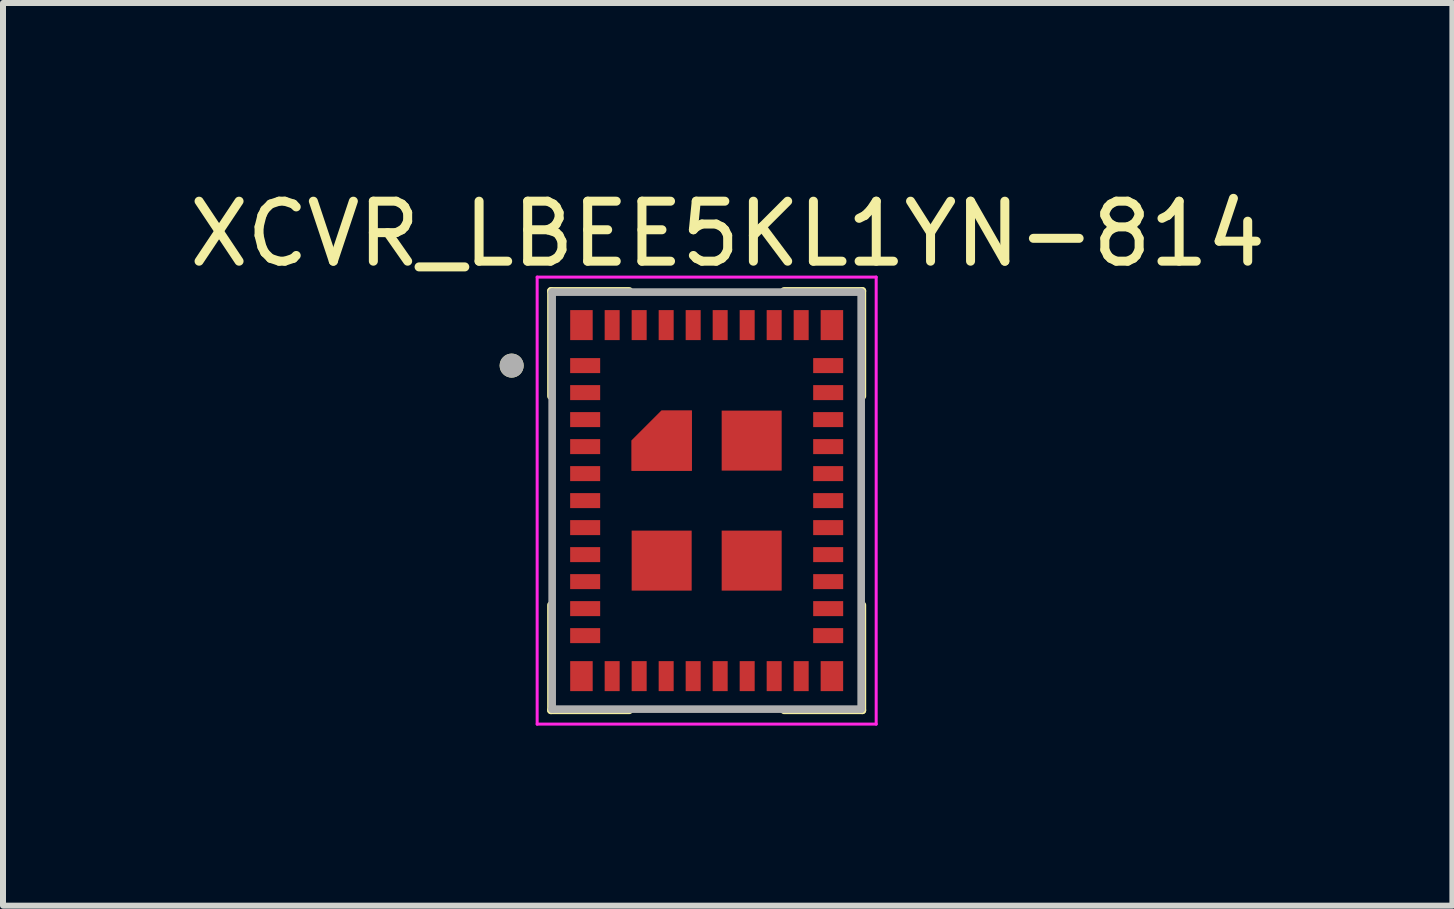
<source format=kicad_pcb>
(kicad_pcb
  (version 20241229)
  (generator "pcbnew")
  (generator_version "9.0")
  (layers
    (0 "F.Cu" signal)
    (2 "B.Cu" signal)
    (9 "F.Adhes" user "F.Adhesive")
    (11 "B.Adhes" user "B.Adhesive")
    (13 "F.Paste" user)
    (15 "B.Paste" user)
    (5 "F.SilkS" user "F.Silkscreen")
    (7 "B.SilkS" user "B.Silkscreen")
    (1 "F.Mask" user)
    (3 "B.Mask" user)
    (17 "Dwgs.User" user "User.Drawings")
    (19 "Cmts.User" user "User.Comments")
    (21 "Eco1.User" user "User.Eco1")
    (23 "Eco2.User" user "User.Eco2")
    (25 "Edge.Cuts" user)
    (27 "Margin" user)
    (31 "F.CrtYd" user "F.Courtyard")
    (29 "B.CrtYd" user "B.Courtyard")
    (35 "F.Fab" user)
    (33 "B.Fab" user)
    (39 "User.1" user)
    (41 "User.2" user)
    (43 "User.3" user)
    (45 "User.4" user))
  (footprint "XCVR_LBEE5KL1YN-814"
    (layer "F.Cu")
    (at 8.727 5.293)
    (property "Reference" "XCVR_LBEE5KL1YN-814" (at 0.35 -4.445 0) (layer "F.SilkS") (effects (font (size 1 1) (thickness 0.15))))
    (attr smd)
    (fp_poly (pts (xy -2.325 -3.225) (xy -1.85 -3.225) (xy -1.85 -2.625) (xy -2.325 -2.625)) (stroke (width 0.01) (type solid)) (fill yes) (layer "F.Mask"))
    (fp_poly (pts (xy -2.325 -2.425) (xy -1.725 -2.425) (xy -1.725 -2.075) (xy -2.325 -2.075)) (stroke (width 0.01) (type solid)) (fill yes) (layer "F.Mask"))
    (fp_poly (pts (xy -2.325 -1.975) (xy -1.725 -1.975) (xy -1.725 -1.625) (xy -2.325 -1.625)) (stroke (width 0.01) (type solid)) (fill yes) (layer "F.Mask"))
    (fp_poly (pts (xy -2.325 -1.525) (xy -1.725 -1.525) (xy -1.725 -1.175) (xy -2.325 -1.175)) (stroke (width 0.01) (type solid)) (fill yes) (layer "F.Mask"))
    (fp_poly (pts (xy -2.325 -1.075) (xy -1.725 -1.075) (xy -1.725 -0.725) (xy -2.325 -0.725)) (stroke (width 0.01) (type solid)) (fill yes) (layer "F.Mask"))
    (fp_poly (pts (xy -2.325 -0.625) (xy -1.725 -0.625) (xy -1.725 -0.275) (xy -2.325 -0.275)) (stroke (width 0.01) (type solid)) (fill yes) (layer "F.Mask"))
    (fp_poly (pts (xy -2.325 -0.175) (xy -1.725 -0.175) (xy -1.725 0.175) (xy -2.325 0.175)) (stroke (width 0.01) (type solid)) (fill yes) (layer "F.Mask"))
    (fp_poly (pts (xy -2.325 0.275) (xy -1.725 0.275) (xy -1.725 0.625) (xy -2.325 0.625)) (stroke (width 0.01) (type solid)) (fill yes) (layer "F.Mask"))
    (fp_poly (pts (xy -2.325 0.725) (xy -1.725 0.725) (xy -1.725 1.075) (xy -2.325 1.075)) (stroke (width 0.01) (type solid)) (fill yes) (layer "F.Mask"))
    (fp_poly (pts (xy -2.325 1.175) (xy -1.725 1.175) (xy -1.725 1.525) (xy -2.325 1.525)) (stroke (width 0.01) (type solid)) (fill yes) (layer "F.Mask"))
    (fp_poly (pts (xy -2.325 1.625) (xy -1.725 1.625) (xy -1.725 1.975) (xy -2.325 1.975)) (stroke (width 0.01) (type solid)) (fill yes) (layer "F.Mask"))
    (fp_poly (pts (xy -2.325 2.075) (xy -1.725 2.075) (xy -1.725 2.425) (xy -2.325 2.425)) (stroke (width 0.01) (type solid)) (fill yes) (layer "F.Mask"))
    (fp_poly (pts (xy -2.325 2.625) (xy -1.85 2.625) (xy -1.85 3.225) (xy -2.325 3.225)) (stroke (width 0.01) (type solid)) (fill yes) (layer "F.Mask"))
    (fp_poly (pts (xy -1.75 -3.225) (xy -1.4 -3.225) (xy -1.4 -2.625) (xy -1.75 -2.625)) (stroke (width 0.01) (type solid)) (fill yes) (layer "F.Mask"))
    (fp_poly (pts (xy -1.75 2.625) (xy -1.4 2.625) (xy -1.4 3.225) (xy -1.75 3.225)) (stroke (width 0.01) (type solid)) (fill yes) (layer "F.Mask"))
    (fp_poly (pts (xy -1.3 -3.225) (xy -0.95 -3.225) (xy -0.95 -2.625) (xy -1.3 -2.625)) (stroke (width 0.01) (type solid)) (fill yes) (layer "F.Mask"))
    (fp_poly (pts (xy -1.3 2.625) (xy -0.95 2.625) (xy -0.95 3.225) (xy -1.3 3.225)) (stroke (width 0.01) (type solid)) (fill yes) (layer "F.Mask"))
    (fp_poly (pts (xy -0.85 -3.225) (xy -0.5 -3.225) (xy -0.5 -2.625) (xy -0.85 -2.625)) (stroke (width 0.01) (type solid)) (fill yes) (layer "F.Mask"))
    (fp_poly (pts (xy -0.85 2.625) (xy -0.5 2.625) (xy -0.5 3.225) (xy -0.85 3.225)) (stroke (width 0.01) (type solid)) (fill yes) (layer "F.Mask"))
    (fp_poly (pts (xy -0.4 -3.225) (xy -0.05 -3.225) (xy -0.05 -2.625) (xy -0.4 -2.625)) (stroke (width 0.01) (type solid)) (fill yes) (layer "F.Mask"))
    (fp_poly (pts (xy -0.4 2.625) (xy -0.05 2.625) (xy -0.05 3.225) (xy -0.4 3.225)) (stroke (width 0.01) (type solid)) (fill yes) (layer "F.Mask"))
    (fp_poly (pts (xy 0.05 -3.225) (xy 0.4 -3.225) (xy 0.4 -2.625) (xy 0.05 -2.625)) (stroke (width 0.01) (type solid)) (fill yes) (layer "F.Mask"))
    (fp_poly (pts (xy 0.05 2.625) (xy 0.4 2.625) (xy 0.4 3.225) (xy 0.05 3.225)) (stroke (width 0.01) (type solid)) (fill yes) (layer "F.Mask"))
    (fp_poly (pts (xy 0.5 -3.225) (xy 0.85 -3.225) (xy 0.85 -2.625) (xy 0.5 -2.625)) (stroke (width 0.01) (type solid)) (fill yes) (layer "F.Mask"))
    (fp_poly (pts (xy 0.5 2.625) (xy 0.85 2.625) (xy 0.85 3.225) (xy 0.5 3.225)) (stroke (width 0.01) (type solid)) (fill yes) (layer "F.Mask"))
    (fp_poly (pts (xy 0.95 -3.225) (xy 1.3 -3.225) (xy 1.3 -2.625) (xy 0.95 -2.625)) (stroke (width 0.01) (type solid)) (fill yes) (layer "F.Mask"))
    (fp_poly (pts (xy 0.95 2.625) (xy 1.3 2.625) (xy 1.3 3.225) (xy 0.95 3.225)) (stroke (width 0.01) (type solid)) (fill yes) (layer "F.Mask"))
    (fp_poly (pts (xy 1.4 -3.225) (xy 1.75 -3.225) (xy 1.75 -2.625) (xy 1.4 -2.625)) (stroke (width 0.01) (type solid)) (fill yes) (layer "F.Mask"))
    (fp_poly (pts (xy 1.4 2.625) (xy 1.75 2.625) (xy 1.75 3.225) (xy 1.4 3.225)) (stroke (width 0.01) (type solid)) (fill yes) (layer "F.Mask"))
    (fp_poly (pts (xy 1.725 -2.425) (xy 2.325 -2.425) (xy 2.325 -2.075) (xy 1.725 -2.075)) (stroke (width 0.01) (type solid)) (fill yes) (layer "F.Mask"))
    (fp_poly (pts (xy 1.725 -1.975) (xy 2.325 -1.975) (xy 2.325 -1.625) (xy 1.725 -1.625)) (stroke (width 0.01) (type solid)) (fill yes) (layer "F.Mask"))
    (fp_poly (pts (xy 1.725 -1.525) (xy 2.325 -1.525) (xy 2.325 -1.175) (xy 1.725 -1.175)) (stroke (width 0.01) (type solid)) (fill yes) (layer "F.Mask"))
    (fp_poly (pts (xy 1.725 -1.075) (xy 2.325 -1.075) (xy 2.325 -0.725) (xy 1.725 -0.725)) (stroke (width 0.01) (type solid)) (fill yes) (layer "F.Mask"))
    (fp_poly (pts (xy 1.725 -0.625) (xy 2.325 -0.625) (xy 2.325 -0.275) (xy 1.725 -0.275)) (stroke (width 0.01) (type solid)) (fill yes) (layer "F.Mask"))
    (fp_poly (pts (xy 1.725 -0.175) (xy 2.325 -0.175) (xy 2.325 0.175) (xy 1.725 0.175)) (stroke (width 0.01) (type solid)) (fill yes) (layer "F.Mask"))
    (fp_poly (pts (xy 1.725 0.275) (xy 2.325 0.275) (xy 2.325 0.625) (xy 1.725 0.625)) (stroke (width 0.01) (type solid)) (fill yes) (layer "F.Mask"))
    (fp_poly (pts (xy 1.725 0.725) (xy 2.325 0.725) (xy 2.325 1.075) (xy 1.725 1.075)) (stroke (width 0.01) (type solid)) (fill yes) (layer "F.Mask"))
    (fp_poly (pts (xy 1.725 1.175) (xy 2.325 1.175) (xy 2.325 1.525) (xy 1.725 1.525)) (stroke (width 0.01) (type solid)) (fill yes) (layer "F.Mask"))
    (fp_poly (pts (xy 1.725 1.625) (xy 2.325 1.625) (xy 2.325 1.975) (xy 1.725 1.975)) (stroke (width 0.01) (type solid)) (fill yes) (layer "F.Mask"))
    (fp_poly (pts (xy 1.725 2.075) (xy 2.325 2.075) (xy 2.325 2.425) (xy 1.725 2.425)) (stroke (width 0.01) (type solid)) (fill yes) (layer "F.Mask"))
    (fp_poly (pts (xy 1.85 -3.225) (xy 2.325 -3.225) (xy 2.325 -2.625) (xy 1.85 -2.625)) (stroke (width 0.01) (type solid)) (fill yes) (layer "F.Mask"))
    (fp_poly (pts (xy 1.85 2.625) (xy 2.325 2.625) (xy 2.325 3.225) (xy 1.85 3.225)) (stroke (width 0.01) (type solid)) (fill yes) (layer "F.Mask"))
    (fp_poly (pts (xy -1.35 -0.4) (xy -0.15 -0.4) (xy -0.15 -1.6) (xy -0.791 -1.6) (xy -1.35 -1.041)) (stroke (width 0.01) (type solid)) (fill yes) (layer "F.Mask"))
    (fp_line (start -2.595 -3.495) (end -1.29 -3.495) (stroke (width 0.127) (type solid)) (layer "F.SilkS"))
    (fp_line (start -2.595 -1.74) (end -2.595 -3.495) (stroke (width 0.127) (type solid)) (layer "F.SilkS"))
    (fp_line (start -2.595 3.495) (end -2.595 1.74) (stroke (width 0.127) (type solid)) (layer "F.SilkS"))
    (fp_line (start -1.29 3.495) (end -2.595 3.495) (stroke (width 0.127) (type solid)) (layer "F.SilkS"))
    (fp_line (start 1.29 -3.495) (end 2.595 -3.495) (stroke (width 0.127) (type solid)) (layer "F.SilkS"))
    (fp_line (start 2.595 -3.495) (end 2.595 -1.74) (stroke (width 0.127) (type solid)) (layer "F.SilkS"))
    (fp_line (start 2.595 1.74) (end 2.595 3.495) (stroke (width 0.127) (type solid)) (layer "F.SilkS"))
    (fp_line (start 2.595 3.495) (end 1.29 3.495) (stroke (width 0.127) (type solid)) (layer "F.SilkS"))
    (fp_circle (center -3.25 -2.25) (end -3.15 -2.25) (stroke (width 0.2) (type solid)) (fill no) (layer "F.SilkS"))
    (fp_poly (pts (xy -1.25 -0.5) (xy -0.25 -0.5) (xy -0.25 -1.5) (xy -0.75 -1.5) (xy -1.25 -1)) (stroke (width 0.01) (type solid)) (fill yes) (layer "F.Paste"))
    (fp_line (start -2.825 -3.725) (end 2.825 -3.725) (stroke (width 0.05) (type solid)) (layer "F.CrtYd"))
    (fp_line (start -2.825 3.725) (end -2.825 -3.725) (stroke (width 0.05) (type solid)) (layer "F.CrtYd"))
    (fp_line (start 2.825 -3.725) (end 2.825 3.725) (stroke (width 0.05) (type solid)) (layer "F.CrtYd"))
    (fp_line (start 2.825 3.725) (end -2.825 3.725) (stroke (width 0.05) (type solid)) (layer "F.CrtYd"))
    (fp_line (start -2.575 -3.475) (end 2.575 -3.475) (stroke (width 0.127) (type solid)) (layer "F.Fab"))
    (fp_line (start -2.575 3.475) (end -2.575 -3.475) (stroke (width 0.127) (type solid)) (layer "F.Fab"))
    (fp_line (start 2.575 -3.475) (end 2.575 3.475) (stroke (width 0.127) (type solid)) (layer "F.Fab"))
    (fp_line (start 2.575 3.475) (end -2.575 3.475) (stroke (width 0.127) (type solid)) (layer "F.Fab"))
    (fp_circle (center -3.25 -2.25) (end -3.15 -2.25) (stroke (width 0.2) (type solid)) (fill no) (layer "F.Fab"))
    (pad "1" smd rect (at -2.025 -2.25) (size 0.5 0.25) (layers "F.Cu" "F.Paste"))
    (pad "2" smd rect (at -2.025 -1.8) (size 0.5 0.25) (layers "F.Cu" "F.Paste"))
    (pad "3" smd rect (at -2.025 -1.35) (size 0.5 0.25) (layers "F.Cu" "F.Paste"))
    (pad "4" smd rect (at -2.025 -0.9) (size 0.5 0.25) (layers "F.Cu" "F.Paste"))
    (pad "5" smd rect (at -2.025 -0.45) (size 0.5 0.25) (layers "F.Cu" "F.Paste"))
    (pad "6" smd rect (at -2.025 0) (size 0.5 0.25) (layers "F.Cu" "F.Paste"))
    (pad "7" smd rect (at -2.025 0.45) (size 0.5 0.25) (layers "F.Cu" "F.Paste"))
    (pad "8" smd rect (at -2.025 0.9) (size 0.5 0.25) (layers "F.Cu" "F.Paste"))
    (pad "9" smd rect (at -2.025 1.35) (size 0.5 0.25) (layers "F.Cu" "F.Paste"))
    (pad "10" smd rect (at -2.025 1.8) (size 0.5 0.25) (layers "F.Cu" "F.Paste"))
    (pad "11" smd rect (at -2.025 2.25) (size 0.5 0.25) (layers "F.Cu" "F.Paste"))
    (pad "12" smd rect (at -2.087 2.925) (size 0.375 0.5) (layers "F.Cu" "F.Paste"))
    (pad "13" smd rect (at -1.575 2.925) (size 0.25 0.5) (layers "F.Cu" "F.Paste"))
    (pad "14" smd rect (at -1.125 2.925) (size 0.25 0.5) (layers "F.Cu" "F.Paste"))
    (pad "15" smd rect (at -0.675 2.925) (size 0.25 0.5) (layers "F.Cu" "F.Paste"))
    (pad "16" smd rect (at -0.225 2.925) (size 0.25 0.5) (layers "F.Cu" "F.Paste"))
    (pad "17" smd rect (at 0.225 2.925) (size 0.25 0.5) (layers "F.Cu" "F.Paste"))
    (pad "18" smd rect (at 0.675 2.925) (size 0.25 0.5) (layers "F.Cu" "F.Paste"))
    (pad "19" smd rect (at 1.125 2.925) (size 0.25 0.5) (layers "F.Cu" "F.Paste"))
    (pad "20" smd rect (at 1.575 2.925) (size 0.25 0.5) (layers "F.Cu" "F.Paste"))
    (pad "21" smd rect (at 2.087 2.925) (size 0.375 0.5) (layers "F.Cu" "F.Paste"))
    (pad "22" smd rect (at 2.025 2.25) (size 0.5 0.25) (layers "F.Cu" "F.Paste"))
    (pad "23" smd rect (at 2.025 1.8) (size 0.5 0.25) (layers "F.Cu" "F.Paste"))
    (pad "24" smd rect (at 2.025 1.35) (size 0.5 0.25) (layers "F.Cu" "F.Paste"))
    (pad "25" smd rect (at 2.025 0.9) (size 0.5 0.25) (layers "F.Cu" "F.Paste"))
    (pad "26" smd rect (at 2.025 0.45) (size 0.5 0.25) (layers "F.Cu" "F.Paste"))
    (pad "27" smd rect (at 2.025 0) (size 0.5 0.25) (layers "F.Cu" "F.Paste"))
    (pad "28" smd rect (at 2.025 -0.45) (size 0.5 0.25) (layers "F.Cu" "F.Paste"))
    (pad "29" smd rect (at 2.025 -0.9) (size 0.5 0.25) (layers "F.Cu" "F.Paste"))
    (pad "30" smd rect (at 2.025 -1.35) (size 0.5 0.25) (layers "F.Cu" "F.Paste"))
    (pad "31" smd rect (at 2.025 -1.8) (size 0.5 0.25) (layers "F.Cu" "F.Paste"))
    (pad "32" smd rect (at 2.025 -2.25) (size 0.5 0.25) (layers "F.Cu" "F.Paste"))
    (pad "33" smd rect (at 2.087 -2.925) (size 0.375 0.5) (layers "F.Cu" "F.Paste"))
    (pad "34" smd rect (at 1.575 -2.925) (size 0.25 0.5) (layers "F.Cu" "F.Paste"))
    (pad "35" smd rect (at 1.125 -2.925) (size 0.25 0.5) (layers "F.Cu" "F.Paste"))
    (pad "36" smd rect (at 0.675 -2.925) (size 0.25 0.5) (layers "F.Cu" "F.Paste"))
    (pad "37" smd rect (at 0.225 -2.925) (size 0.25 0.5) (layers "F.Cu" "F.Paste"))
    (pad "38" smd rect (at -0.225 -2.925) (size 0.25 0.5) (layers "F.Cu" "F.Paste"))
    (pad "39" smd rect (at -0.675 -2.925) (size 0.25 0.5) (layers "F.Cu" "F.Paste"))
    (pad "40" smd rect (at -1.125 -2.925) (size 0.25 0.5) (layers "F.Cu" "F.Paste"))
    (pad "41" smd rect (at -1.575 -2.925) (size 0.25 0.5) (layers "F.Cu" "F.Paste"))
    (pad "42" smd rect (at -2.087 -2.925) (size 0.375 0.5) (layers "F.Cu" "F.Paste"))
    (pad "43" smd custom (at -0.75 -1) (size 0.5 0.5) (layers "F.Cu") (options (anchor rect)) (primitives (gr_poly (pts (xy -0.5 0.5) (xy 0.5 0.5) (xy 0.5 -0.5) (xy 0 -0.5) (xy -0.5 0)) (width 0.01) (fill yes))))
    (pad "44" smd rect (at -0.75 1) (size 1 1) (layers "F.Cu" "F.Mask" "F.Paste"))
    (pad "45" smd rect (at 0.75 -1) (size 1 1) (layers "F.Cu" "F.Mask" "F.Paste"))
    (pad "46" smd rect (at 0.75 1) (size 1 1) (layers "F.Cu" "F.Mask" "F.Paste")))
  (gr_rect
    (start -3 -3)
    (end 21.155 12.043)
    (stroke (width 0.1) (type default))
    (fill no)
    (layer "Edge.Cuts")))
</source>
